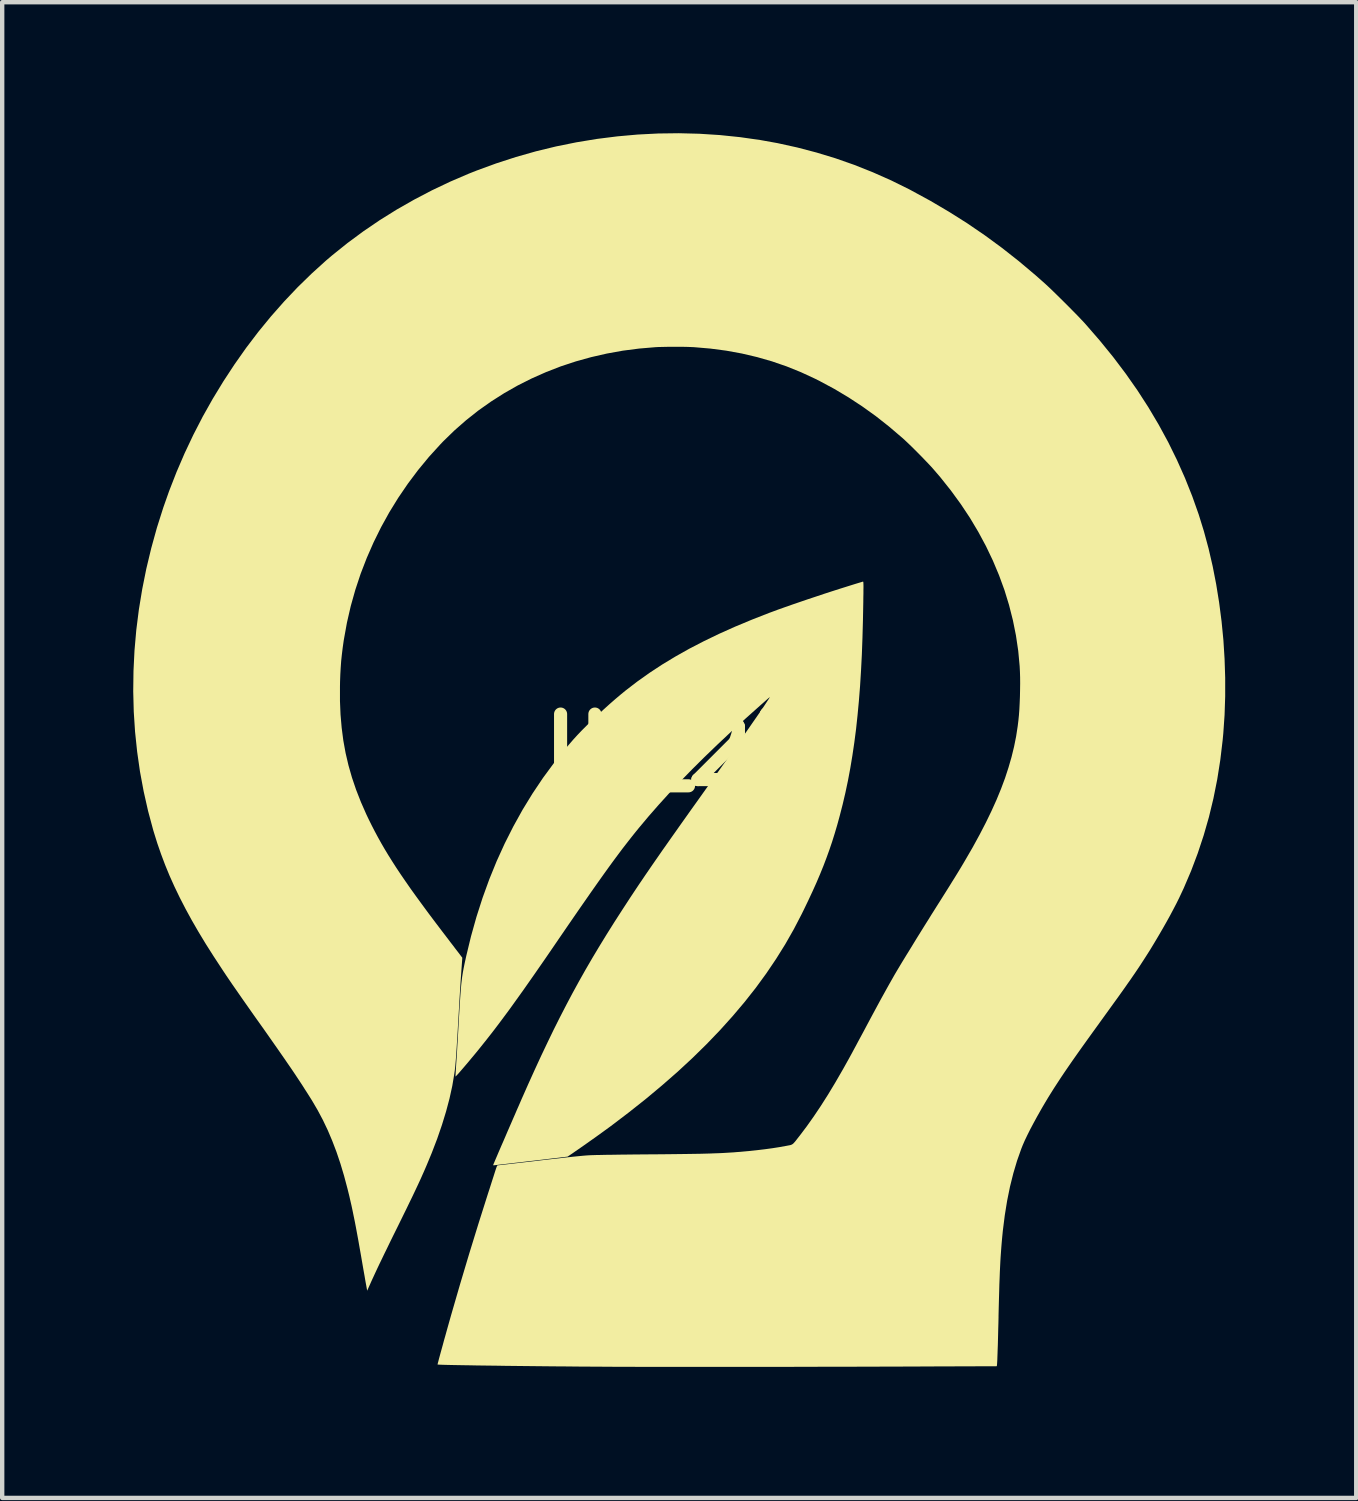
<source format=kicad_pcb>
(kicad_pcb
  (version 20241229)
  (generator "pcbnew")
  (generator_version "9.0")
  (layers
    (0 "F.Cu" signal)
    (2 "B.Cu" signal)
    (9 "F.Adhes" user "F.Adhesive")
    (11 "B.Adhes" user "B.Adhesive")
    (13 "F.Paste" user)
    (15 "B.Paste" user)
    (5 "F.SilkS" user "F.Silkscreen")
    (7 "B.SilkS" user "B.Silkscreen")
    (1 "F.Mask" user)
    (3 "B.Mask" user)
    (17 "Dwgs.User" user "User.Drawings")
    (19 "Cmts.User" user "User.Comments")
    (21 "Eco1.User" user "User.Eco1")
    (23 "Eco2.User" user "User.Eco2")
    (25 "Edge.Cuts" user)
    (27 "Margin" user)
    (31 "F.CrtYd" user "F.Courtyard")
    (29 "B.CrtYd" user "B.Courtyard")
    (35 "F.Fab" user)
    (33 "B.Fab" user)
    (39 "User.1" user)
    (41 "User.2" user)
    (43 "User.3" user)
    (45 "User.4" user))
  (footprint "lb_25"
    (layer "F.Cu")
    (at 12.498 14.119)
    (property "Reference" "lb_25" (at 0 0 0) (layer "F.SilkS") (effects (font (size 1.5 1.5) (thickness 0.3))))
    (attr board_only exclude_from_pos_files exclude_from_bom)
    (fp_poly (pts (xy 4.212 -3.852) (xy 4.215 -3.847) (xy 4.217 -3.837) (xy 4.218 -3.821) (xy 4.219 -3.796) (xy 4.22 -3.761) (xy 4.22 -3.716) (xy 4.219 -3.658) (xy 4.219 -3.585) (xy 4.217 -3.498) (xy 4.216 -3.393) (xy 4.216 -3.389) (xy 4.208 -2.971) (xy 4.197 -2.57) (xy 4.183 -2.186) (xy 4.164 -1.817) (xy 4.142 -1.462) (xy 4.115 -1.121) (xy 4.084 -0.792) (xy 4.05 -0.474) (xy 4.01 -0.167) (xy 3.966 0.13) (xy 3.918 0.419) (xy 3.865 0.701) (xy 3.807 0.976) (xy 3.744 1.245) (xy 3.676 1.51) (xy 3.619 1.718) (xy 3.561 1.914) (xy 3.502 2.102) (xy 3.439 2.288) (xy 3.373 2.471) (xy 3.303 2.655) (xy 3.227 2.842) (xy 3.145 3.035) (xy 3.055 3.235) (xy 2.957 3.445) (xy 2.85 3.667) (xy 2.801 3.766) (xy 2.623 4.108) (xy 2.43 4.447) (xy 2.221 4.782) (xy 1.997 5.114) (xy 1.757 5.443) (xy 1.5 5.769) (xy 1.227 6.092) (xy 0.938 6.413) (xy 0.631 6.733) (xy 0.308 7.05) (xy -0.033 7.366) (xy -0.392 7.68) (xy -0.768 7.994) (xy -1.162 8.306) (xy -1.574 8.619) (xy -1.919 8.869) (xy -1.983 8.914) (xy -2.051 8.962) (xy -2.12 9.011) (xy -2.191 9.061) (xy -2.26 9.109) (xy -2.325 9.154) (xy -2.386 9.196) (xy -2.44 9.234) (xy -2.486 9.265) (xy -2.522 9.289) (xy -2.546 9.305) (xy -2.556 9.311) (xy -2.567 9.312) (xy -2.594 9.315) (xy -2.636 9.321) (xy -2.692 9.327) (xy -2.76 9.336) (xy -2.839 9.345) (xy -2.927 9.355) (xy -3.022 9.367) (xy -3.122 9.379) (xy -3.228 9.391) (xy -3.335 9.404) (xy -3.444 9.416) (xy -3.552 9.429) (xy -3.658 9.442) (xy -3.76 9.453) (xy -3.857 9.465) (xy -3.947 9.475) (xy -4.028 9.485) (xy -4.099 9.493) (xy -4.159 9.5) (xy -4.205 9.505) (xy -4.236 9.508) (xy -4.251 9.51) (xy -4.252 9.51) (xy -4.256 9.503) (xy -4.254 9.494) (xy -4.25 9.482) (xy -4.238 9.455) (xy -4.221 9.414) (xy -4.198 9.36) (xy -4.17 9.295) (xy -4.138 9.219) (xy -4.102 9.136) (xy -4.063 9.045) (xy -4.021 8.95) (xy -3.978 8.85) (xy -3.934 8.747) (xy -3.889 8.643) (xy -3.844 8.54) (xy -3.8 8.438) (xy -3.757 8.34) (xy -3.717 8.246) (xy -3.678 8.158) (xy -3.643 8.078) (xy -3.614 8.01) (xy -3.459 7.66) (xy -3.308 7.326) (xy -3.161 7.007) (xy -3.015 6.7) (xy -2.872 6.404) (xy -2.728 6.117) (xy -2.584 5.838) (xy -2.439 5.564) (xy -2.291 5.294) (xy -2.14 5.026) (xy -1.984 4.758) (xy -1.823 4.489) (xy -1.656 4.217) (xy -1.482 3.94) (xy -1.299 3.656) (xy -1.114 3.372) (xy -1.047 3.271) (xy -0.981 3.172) (xy -0.915 3.073) (xy -0.847 2.973) (xy -0.778 2.871) (xy -0.706 2.766) (xy -0.632 2.658) (xy -0.554 2.545) (xy -0.471 2.426) (xy -0.384 2.3) (xy -0.29 2.167) (xy -0.191 2.026) (xy -0.084 1.875) (xy 0.03 1.713) (xy 0.153 1.54) (xy 0.284 1.355) (xy 0.426 1.157) (xy 0.553 0.978) (xy 0.684 0.794) (xy 0.812 0.613) (xy 0.937 0.437) (xy 1.058 0.267) (xy 1.174 0.102) (xy 1.286 -0.056) (xy 1.392 -0.207) (xy 1.492 -0.351) (xy 1.586 -0.485) (xy 1.673 -0.611) (xy 1.753 -0.726) (xy 1.826 -0.831) (xy 1.89 -0.925) (xy 1.946 -1.007) (xy 1.992 -1.077) (xy 2.029 -1.133) (xy 2.057 -1.175) (xy 2.072 -1.202) (xy 2.075 -1.206) (xy 2.075 -1.208) (xy 2.072 -1.207) (xy 2.065 -1.202) (xy 2.051 -1.19) (xy 2.03 -1.172) (xy 2 -1.146) (xy 1.96 -1.11) (xy 1.908 -1.064) (xy 1.868 -1.029) (xy 1.522 -0.72) (xy 1.192 -0.419) (xy 0.879 -0.125) (xy 0.58 0.163) (xy 0.296 0.445) (xy 0.027 0.721) (xy -0.229 0.992) (xy -0.471 1.259) (xy -0.701 1.522) (xy -0.918 1.781) (xy -0.928 1.793) (xy -1.001 1.883) (xy -1.074 1.974) (xy -1.147 2.067) (xy -1.221 2.162) (xy -1.297 2.26) (xy -1.374 2.363) (xy -1.454 2.47) (xy -1.538 2.584) (xy -1.625 2.704) (xy -1.717 2.832) (xy -1.814 2.968) (xy -1.917 3.114) (xy -2.026 3.269) (xy -2.142 3.436) (xy -2.266 3.614) (xy -2.398 3.805) (xy -2.539 4.01) (xy -2.689 4.229) (xy -2.753 4.322) (xy -2.908 4.549) (xy -3.054 4.762) (xy -3.192 4.961) (xy -3.321 5.147) (xy -3.443 5.321) (xy -3.558 5.485) (xy -3.668 5.639) (xy -3.772 5.784) (xy -3.871 5.922) (xy -3.967 6.052) (xy -4.06 6.177) (xy -4.15 6.297) (xy -4.238 6.413) (xy -4.325 6.525) (xy -4.412 6.636) (xy -4.5 6.746) (xy -4.588 6.856) (xy -4.595 6.865) (xy -4.65 6.932) (xy -4.707 7.001) (xy -4.765 7.07) (xy -4.822 7.139) (xy -4.878 7.205) (xy -4.931 7.267) (xy -4.98 7.324) (xy -5.023 7.374) (xy -5.06 7.416) (xy -5.089 7.447) (xy -5.109 7.468) (xy -5.119 7.476) (xy -5.12 7.476) (xy -5.12 7.467) (xy -5.119 7.44) (xy -5.117 7.401) (xy -5.114 7.349) (xy -5.11 7.288) (xy -5.106 7.221) (xy -5.105 7.204) (xy -5.1 7.133) (xy -5.094 7.049) (xy -5.088 6.953) (xy -5.082 6.85) (xy -5.076 6.744) (xy -5.069 6.638) (xy -5.064 6.537) (xy -5.062 6.515) (xy -5.052 6.335) (xy -5.043 6.173) (xy -5.034 6.026) (xy -5.026 5.894) (xy -5.019 5.775) (xy -5.012 5.669) (xy -5.005 5.573) (xy -4.998 5.487) (xy -4.992 5.409) (xy -4.985 5.338) (xy -4.977 5.273) (xy -4.97 5.212) (xy -4.961 5.154) (xy -4.952 5.097) (xy -4.942 5.041) (xy -4.931 4.984) (xy -4.919 4.925) (xy -4.906 4.863) (xy -4.891 4.796) (xy -4.875 4.722) (xy -4.765 4.267) (xy -4.64 3.821) (xy -4.5 3.385) (xy -4.346 2.96) (xy -4.177 2.545) (xy -3.993 2.141) (xy -3.795 1.749) (xy -3.583 1.367) (xy -3.357 0.998) (xy -3.117 0.64) (xy -2.863 0.295) (xy -2.595 -0.039) (xy -2.423 -0.238) (xy -2.331 -0.339) (xy -2.226 -0.449) (xy -2.11 -0.565) (xy -1.987 -0.685) (xy -1.857 -0.808) (xy -1.724 -0.931) (xy -1.591 -1.051) (xy -1.458 -1.167) (xy -1.329 -1.276) (xy -1.22 -1.365) (xy -0.957 -1.567) (xy -0.681 -1.763) (xy -0.392 -1.953) (xy -0.088 -2.137) (xy 0.23 -2.316) (xy 0.564 -2.489) (xy 0.914 -2.658) (xy 1.28 -2.822) (xy 1.664 -2.982) (xy 2.065 -3.139) (xy 2.128 -3.162) (xy 2.265 -3.213) (xy 2.417 -3.267) (xy 2.582 -3.325) (xy 2.757 -3.385) (xy 2.938 -3.447) (xy 3.125 -3.509) (xy 3.313 -3.572) (xy 3.501 -3.633) (xy 3.685 -3.692) (xy 3.864 -3.748) (xy 4.033 -3.801) (xy 4.192 -3.849) (xy 4.205 -3.853) (xy 4.209 -3.854)) (stroke (width 0) (type solid)) (fill yes) (layer "F.SilkS"))
    (fp_poly (pts (xy 0.463 -14.107) (xy 0.931 -14.077) (xy 1.396 -14.029) (xy 1.859 -13.963) (xy 2.254 -13.892) (xy 2.703 -13.793) (xy 3.145 -13.677) (xy 3.582 -13.544) (xy 4.013 -13.393) (xy 4.437 -13.224) (xy 4.856 -13.038) (xy 5.269 -12.834) (xy 5.308 -12.813) (xy 5.751 -12.572) (xy 6.179 -12.32) (xy 6.594 -12.058) (xy 6.998 -11.782) (xy 7.392 -11.493) (xy 7.778 -11.189) (xy 8.158 -10.869) (xy 8.387 -10.666) (xy 8.441 -10.616) (xy 8.505 -10.556) (xy 8.577 -10.486) (xy 8.656 -10.409) (xy 8.739 -10.327) (xy 8.824 -10.243) (xy 8.91 -10.157) (xy 8.994 -10.072) (xy 9.074 -9.991) (xy 9.148 -9.915) (xy 9.214 -9.845) (xy 9.27 -9.786) (xy 9.305 -9.747) (xy 9.628 -9.375) (xy 9.934 -8.999) (xy 10.221 -8.619) (xy 10.491 -8.234) (xy 10.743 -7.844) (xy 10.978 -7.448) (xy 11.196 -7.047) (xy 11.396 -6.64) (xy 11.58 -6.227) (xy 11.747 -5.808) (xy 11.894 -5.393) (xy 12.013 -5.009) (xy 12.12 -4.614) (xy 12.214 -4.208) (xy 12.295 -3.793) (xy 12.363 -3.371) (xy 12.418 -2.945) (xy 12.46 -2.515) (xy 12.487 -2.084) (xy 12.501 -1.654) (xy 12.501 -1.225) (xy 12.487 -0.801) (xy 12.458 -0.383) (xy 12.443 -0.224) (xy 12.389 0.23) (xy 12.319 0.674) (xy 12.232 1.109) (xy 12.129 1.536) (xy 12.009 1.954) (xy 11.873 2.365) (xy 11.721 2.768) (xy 11.552 3.164) (xy 11.447 3.388) (xy 11.385 3.513) (xy 11.313 3.651) (xy 11.235 3.798) (xy 11.15 3.951) (xy 11.06 4.109) (xy 10.968 4.267) (xy 10.875 4.423) (xy 10.783 4.575) (xy 10.694 4.715) (xy 10.646 4.79) (xy 10.598 4.864) (xy 10.55 4.938) (xy 10.5 5.013) (xy 10.448 5.09) (xy 10.393 5.17) (xy 10.335 5.255) (xy 10.271 5.345) (xy 10.203 5.443) (xy 10.128 5.548) (xy 10.047 5.662) (xy 9.957 5.786) (xy 9.859 5.922) (xy 9.752 6.07) (xy 9.635 6.232) (xy 9.611 6.266) (xy 9.469 6.462) (xy 9.338 6.644) (xy 9.217 6.813) (xy 9.105 6.971) (xy 9.001 7.119) (xy 8.905 7.258) (xy 8.816 7.388) (xy 8.733 7.512) (xy 8.656 7.63) (xy 8.583 7.742) (xy 8.514 7.852) (xy 8.448 7.958) (xy 8.385 8.063) (xy 8.323 8.168) (xy 8.288 8.229) (xy 8.198 8.388) (xy 8.115 8.54) (xy 8.039 8.683) (xy 7.972 8.817) (xy 7.914 8.938) (xy 7.866 9.048) (xy 7.834 9.128) (xy 7.736 9.405) (xy 7.65 9.695) (xy 7.574 10) (xy 7.509 10.32) (xy 7.455 10.654) (xy 7.411 11.003) (xy 7.396 11.154) (xy 7.386 11.263) (xy 7.377 11.372) (xy 7.369 11.481) (xy 7.361 11.592) (xy 7.354 11.707) (xy 7.348 11.827) (xy 7.342 11.954) (xy 7.337 12.09) (xy 7.331 12.236) (xy 7.327 12.393) (xy 7.322 12.565) (xy 7.317 12.751) (xy 7.312 12.955) (xy 7.312 12.989) (xy 7.309 13.126) (xy 7.305 13.26) (xy 7.302 13.388) (xy 7.299 13.51) (xy 7.296 13.623) (xy 7.292 13.727) (xy 7.289 13.819) (xy 7.286 13.899) (xy 7.284 13.965) (xy 7.281 14.015) (xy 7.279 14.048) (xy 7.279 14.052) (xy 7.273 14.109) (xy 5.725 14.114) (xy 5.38 14.116) (xy 5.032 14.117) (xy 4.681 14.118) (xy 4.329 14.119) (xy 3.977 14.12) (xy 3.625 14.121) (xy 3.274 14.121) (xy 2.926 14.122) (xy 2.581 14.123) (xy 2.24 14.123) (xy 1.904 14.123) (xy 1.574 14.124) (xy 1.251 14.124) (xy 0.936 14.124) (xy 0.629 14.124) (xy 0.332 14.124) (xy 0.046 14.124) (xy -0.229 14.124) (xy -0.491 14.124) (xy -0.74 14.123) (xy -0.975 14.123) (xy -1.195 14.122) (xy -1.398 14.122) (xy -1.585 14.121) (xy -1.714 14.12) (xy -1.896 14.119) (xy -2.082 14.118) (xy -2.272 14.117) (xy -2.464 14.115) (xy -2.658 14.113) (xy -2.852 14.112) (xy -3.047 14.11) (xy -3.24 14.108) (xy -3.432 14.106) (xy -3.621 14.104) (xy -3.806 14.102) (xy -3.986 14.1) (xy -4.161 14.097) (xy -4.33 14.095) (xy -4.491 14.093) (xy -4.644 14.091) (xy -4.788 14.088) (xy -4.922 14.086) (xy -5.045 14.084) (xy -5.156 14.082) (xy -5.255 14.08) (xy -5.34 14.078) (xy -5.41 14.076) (xy -5.465 14.074) (xy -5.504 14.072) (xy -5.526 14.071) (xy -5.53 14.07) (xy -5.529 14.06) (xy -5.523 14.034) (xy -5.512 13.993) (xy -5.498 13.938) (xy -5.48 13.872) (xy -5.459 13.794) (xy -5.435 13.708) (xy -5.409 13.614) (xy -5.382 13.513) (xy -5.352 13.408) (xy -5.322 13.3) (xy -5.291 13.189) (xy -5.26 13.079) (xy -5.229 12.969) (xy -5.215 12.92) (xy -5.014 12.227) (xy -4.807 11.535) (xy -4.592 10.838) (xy -4.368 10.131) (xy -4.352 10.083) (xy -4.325 9.999) (xy -4.299 9.917) (xy -4.274 9.839) (xy -4.251 9.768) (xy -4.231 9.705) (xy -4.215 9.655) (xy -4.204 9.62) (xy -4.202 9.615) (xy -4.186 9.567) (xy -4.173 9.532) (xy -4.162 9.513) (xy -4.157 9.51) (xy -4.146 9.509) (xy -4.118 9.506) (xy -4.074 9.501) (xy -4.015 9.494) (xy -3.943 9.486) (xy -3.858 9.476) (xy -3.762 9.465) (xy -3.657 9.453) (xy -3.543 9.44) (xy -3.421 9.426) (xy -3.293 9.411) (xy -3.188 9.398) (xy -3.023 9.379) (xy -2.876 9.362) (xy -2.745 9.348) (xy -2.629 9.334) (xy -2.526 9.323) (xy -2.435 9.313) (xy -2.354 9.305) (xy -2.283 9.298) (xy -2.22 9.292) (xy -2.165 9.287) (xy -2.114 9.283) (xy -2.068 9.28) (xy -2.025 9.278) (xy -2.003 9.277) (xy -1.963 9.276) (xy -1.907 9.274) (xy -1.834 9.273) (xy -1.748 9.271) (xy -1.649 9.269) (xy -1.538 9.268) (xy -1.418 9.266) (xy -1.29 9.264) (xy -1.154 9.263) (xy -1.013 9.261) (xy -0.869 9.26) (xy -0.722 9.259) (xy -0.661 9.258) (xy -0.451 9.257) (xy -0.259 9.255) (xy -0.083 9.253) (xy 0.079 9.251) (xy 0.227 9.249) (xy 0.363 9.247) (xy 0.487 9.245) (xy 0.602 9.242) (xy 0.709 9.239) (xy 0.808 9.235) (xy 0.902 9.232) (xy 0.991 9.228) (xy 1.076 9.223) (xy 1.159 9.218) (xy 1.242 9.213) (xy 1.325 9.206) (xy 1.409 9.2) (xy 1.439 9.197) (xy 1.614 9.181) (xy 1.79 9.162) (xy 1.965 9.141) (xy 2.134 9.118) (xy 2.293 9.093) (xy 2.437 9.067) (xy 2.454 9.064) (xy 2.496 9.056) (xy 2.529 9.05) (xy 2.555 9.044) (xy 2.577 9.035) (xy 2.598 9.023) (xy 2.618 9.006) (xy 2.64 8.982) (xy 2.668 8.949) (xy 2.701 8.906) (xy 2.744 8.851) (xy 2.761 8.83) (xy 2.92 8.619) (xy 3.081 8.392) (xy 3.244 8.149) (xy 3.41 7.888) (xy 3.577 7.611) (xy 3.748 7.315) (xy 3.779 7.26) (xy 3.813 7.199) (xy 3.847 7.138) (xy 3.883 7.074) (xy 3.92 7.006) (xy 3.96 6.933) (xy 4.003 6.852) (xy 4.051 6.764) (xy 4.104 6.664) (xy 4.164 6.553) (xy 4.231 6.429) (xy 4.294 6.31) (xy 4.388 6.134) (xy 4.474 5.974) (xy 4.554 5.826) (xy 4.627 5.691) (xy 4.696 5.567) (xy 4.76 5.451) (xy 4.82 5.344) (xy 4.878 5.242) (xy 4.933 5.145) (xy 4.988 5.052) (xy 5.043 4.96) (xy 5.098 4.868) (xy 5.155 4.775) (xy 5.213 4.68) (xy 5.239 4.639) (xy 5.272 4.585) (xy 5.31 4.523) (xy 5.351 4.456) (xy 5.393 4.387) (xy 5.428 4.33) (xy 5.458 4.281) (xy 5.498 4.217) (xy 5.544 4.143) (xy 5.596 4.059) (xy 5.653 3.968) (xy 5.713 3.873) (xy 5.774 3.774) (xy 5.836 3.676) (xy 5.893 3.585) (xy 5.982 3.445) (xy 6.061 3.319) (xy 6.133 3.205) (xy 6.197 3.103) (xy 6.254 3.01) (xy 6.307 2.926) (xy 6.355 2.848) (xy 6.399 2.776) (xy 6.441 2.707) (xy 6.481 2.64) (xy 6.52 2.574) (xy 6.55 2.523) (xy 6.721 2.228) (xy 6.877 1.943) (xy 7.02 1.667) (xy 7.149 1.401) (xy 7.266 1.142) (xy 7.37 0.889) (xy 7.462 0.642) (xy 7.541 0.4) (xy 7.61 0.161) (xy 7.668 -0.076) (xy 7.715 -0.311) (xy 7.751 -0.545) (xy 7.767 -0.675) (xy 7.779 -0.795) (xy 7.789 -0.928) (xy 7.796 -1.071) (xy 7.802 -1.22) (xy 7.805 -1.371) (xy 7.807 -1.52) (xy 7.806 -1.662) (xy 7.802 -1.794) (xy 7.796 -1.912) (xy 7.796 -1.916) (xy 7.763 -2.269) (xy 7.711 -2.62) (xy 7.641 -2.969) (xy 7.553 -3.316) (xy 7.448 -3.659) (xy 7.324 -3.998) (xy 7.183 -4.334) (xy 7.025 -4.665) (xy 6.849 -4.992) (xy 6.657 -5.314) (xy 6.447 -5.63) (xy 6.221 -5.94) (xy 5.979 -6.244) (xy 5.814 -6.436) (xy 5.762 -6.494) (xy 5.698 -6.562) (xy 5.626 -6.637) (xy 5.549 -6.717) (xy 5.468 -6.799) (xy 5.387 -6.88) (xy 5.308 -6.958) (xy 5.233 -7.03) (xy 5.166 -7.093) (xy 5.108 -7.146) (xy 5.104 -7.149) (xy 4.805 -7.404) (xy 4.503 -7.642) (xy 4.195 -7.863) (xy 3.88 -8.07) (xy 3.557 -8.263) (xy 3.222 -8.443) (xy 3.111 -8.499) (xy 2.789 -8.648) (xy 2.46 -8.781) (xy 2.126 -8.896) (xy 1.784 -8.994) (xy 1.435 -9.076) (xy 1.078 -9.141) (xy 0.713 -9.189) (xy 0.34 -9.221) (xy 0.273 -9.224) (xy 0.191 -9.227) (xy 0.098 -9.229) (xy -0.002 -9.23) (xy -0.106 -9.23) (xy -0.21 -9.23) (xy -0.31 -9.228) (xy -0.403 -9.226) (xy -0.484 -9.224) (xy -0.54 -9.221) (xy -0.917 -9.189) (xy -1.288 -9.141) (xy -1.654 -9.075) (xy -2.013 -8.993) (xy -2.366 -8.895) (xy -2.711 -8.781) (xy -3.048 -8.65) (xy -3.377 -8.504) (xy -3.697 -8.343) (xy -4.008 -8.166) (xy -4.308 -7.975) (xy -4.599 -7.769) (xy -4.878 -7.548) (xy -5.146 -7.313) (xy -5.402 -7.064) (xy -5.464 -6.999) (xy -5.728 -6.709) (xy -5.977 -6.407) (xy -6.211 -6.095) (xy -6.431 -5.772) (xy -6.635 -5.441) (xy -6.823 -5.101) (xy -6.995 -4.753) (xy -7.151 -4.397) (xy -7.291 -4.035) (xy -7.413 -3.667) (xy -7.518 -3.294) (xy -7.605 -2.916) (xy -7.674 -2.534) (xy -7.679 -2.506) (xy -7.702 -2.343) (xy -7.721 -2.189) (xy -7.737 -2.039) (xy -7.748 -1.887) (xy -7.757 -1.73) (xy -7.763 -1.563) (xy -7.765 -1.444) (xy -7.765 -1.12) (xy -7.752 -0.809) (xy -7.726 -0.508) (xy -7.688 -0.215) (xy -7.636 0.071) (xy -7.57 0.353) (xy -7.49 0.633) (xy -7.395 0.913) (xy -7.285 1.194) (xy -7.159 1.48) (xy -7.103 1.597) (xy -7.036 1.732) (xy -6.967 1.866) (xy -6.895 2) (xy -6.82 2.135) (xy -6.741 2.271) (xy -6.657 2.41) (xy -6.568 2.552) (xy -6.473 2.7) (xy -6.371 2.853) (xy -6.262 3.012) (xy -6.146 3.179) (xy -6.02 3.354) (xy -5.885 3.539) (xy -5.741 3.735) (xy -5.586 3.941) (xy -5.42 4.16) (xy -5.286 4.335) (xy -5.231 4.408) (xy -5.178 4.476) (xy -5.13 4.54) (xy -5.086 4.597) (xy -5.049 4.645) (xy -5.02 4.683) (xy -5 4.71) (xy -4.99 4.723) (xy -4.964 4.757) (xy -4.987 5.077) (xy -4.993 5.161) (xy -5 5.258) (xy -5.007 5.366) (xy -5.014 5.479) (xy -5.021 5.593) (xy -5.028 5.703) (xy -5.034 5.806) (xy -5.034 5.812) (xy -5.045 6.002) (xy -5.055 6.174) (xy -5.064 6.33) (xy -5.072 6.471) (xy -5.08 6.597) (xy -5.087 6.71) (xy -5.093 6.81) (xy -5.099 6.899) (xy -5.104 6.978) (xy -5.109 7.048) (xy -5.114 7.11) (xy -5.119 7.165) (xy -5.123 7.214) (xy -5.127 7.258) (xy -5.132 7.298) (xy -5.136 7.335) (xy -5.141 7.37) (xy -5.146 7.405) (xy -5.147 7.414) (xy -5.194 7.693) (xy -5.257 7.98) (xy -5.336 8.277) (xy -5.43 8.584) (xy -5.539 8.901) (xy -5.664 9.227) (xy -5.778 9.502) (xy -5.812 9.581) (xy -5.845 9.657) (xy -5.879 9.733) (xy -5.913 9.81) (xy -5.949 9.888) (xy -5.987 9.97) (xy -6.028 10.057) (xy -6.072 10.15) (xy -6.12 10.251) (xy -6.174 10.361) (xy -6.232 10.482) (xy -6.297 10.614) (xy -6.369 10.761) (xy -6.448 10.922) (xy -6.464 10.954) (xy -6.547 11.121) (xy -6.622 11.274) (xy -6.689 11.413) (xy -6.751 11.539) (xy -6.806 11.654) (xy -6.857 11.759) (xy -6.903 11.856) (xy -6.945 11.946) (xy -6.984 12.03) (xy -7.021 12.11) (xy -7.056 12.187) (xy -7.07 12.219) (xy -7.142 12.38) (xy -7.161 12.275) (xy -7.167 12.242) (xy -7.176 12.194) (xy -7.187 12.132) (xy -7.199 12.06) (xy -7.213 11.981) (xy -7.228 11.897) (xy -7.243 11.81) (xy -7.247 11.787) (xy -7.282 11.584) (xy -7.315 11.397) (xy -7.345 11.226) (xy -7.374 11.069) (xy -7.401 10.923) (xy -7.427 10.788) (xy -7.453 10.662) (xy -7.477 10.544) (xy -7.501 10.431) (xy -7.526 10.323) (xy -7.55 10.217) (xy -7.576 10.112) (xy -7.592 10.047) (xy -7.671 9.75) (xy -7.755 9.469) (xy -7.845 9.202) (xy -7.942 8.948) (xy -8.045 8.705) (xy -8.157 8.47) (xy -8.278 8.243) (xy -8.408 8.021) (xy -8.447 7.959) (xy -8.507 7.864) (xy -8.567 7.771) (xy -8.626 7.678) (xy -8.687 7.585) (xy -8.75 7.49) (xy -8.815 7.392) (xy -8.884 7.29) (xy -8.958 7.183) (xy -9.036 7.069) (xy -9.121 6.947) (xy -9.212 6.816) (xy -9.311 6.675) (xy -9.418 6.522) (xy -9.534 6.357) (xy -9.661 6.179) (xy -9.667 6.171) (xy -9.78 6.011) (xy -9.883 5.864) (xy -9.978 5.729) (xy -10.065 5.604) (xy -10.146 5.487) (xy -10.223 5.377) (xy -10.295 5.271) (xy -10.365 5.168) (xy -10.433 5.066) (xy -10.46 5.025) (xy -10.654 4.729) (xy -10.835 4.444) (xy -11.002 4.168) (xy -11.157 3.9) (xy -11.3 3.638) (xy -11.432 3.382) (xy -11.553 3.131) (xy -11.665 2.882) (xy -11.767 2.634) (xy -11.86 2.387) (xy -11.946 2.139) (xy -12.024 1.889) (xy -12.039 1.84) (xy -12.158 1.397) (xy -12.259 0.949) (xy -12.343 0.497) (xy -12.408 0.042) (xy -12.456 -0.417) (xy -12.486 -0.878) (xy -12.498 -1.342) (xy -12.492 -1.808) (xy -12.469 -2.275) (xy -12.428 -2.744) (xy -12.369 -3.212) (xy -12.292 -3.681) (xy -12.198 -4.15) (xy -12.086 -4.617) (xy -11.957 -5.084) (xy -11.81 -5.548) (xy -11.677 -5.925) (xy -11.507 -6.361) (xy -11.322 -6.791) (xy -11.122 -7.214) (xy -10.907 -7.631) (xy -10.678 -8.038) (xy -10.435 -8.437) (xy -10.18 -8.826) (xy -9.913 -9.205) (xy -9.634 -9.572) (xy -9.344 -9.926) (xy -9.043 -10.267) (xy -8.732 -10.595) (xy -8.412 -10.907) (xy -8.084 -11.204) (xy -7.944 -11.323) (xy -7.594 -11.604) (xy -7.23 -11.873) (xy -6.854 -12.129) (xy -6.466 -12.371) (xy -6.068 -12.598) (xy -5.659 -12.812) (xy -5.242 -13.01) (xy -4.816 -13.193) (xy -4.637 -13.264) (xy -4.189 -13.428) (xy -3.736 -13.575) (xy -3.278 -13.705) (xy -2.817 -13.817) (xy -2.352 -13.911) (xy -1.885 -13.988) (xy -1.417 -14.047) (xy -0.947 -14.089) (xy -0.476 -14.113) (xy -0.006 -14.119)) (stroke (width 0) (type solid)) (fill yes) (layer "F.SilkS")))
  (gr_rect
    (start -3 -3)
    (end 27.999 31.243)
    (stroke (width 0.1) (type default))
    (fill no)
    (layer "Edge.Cuts")))
</source>
